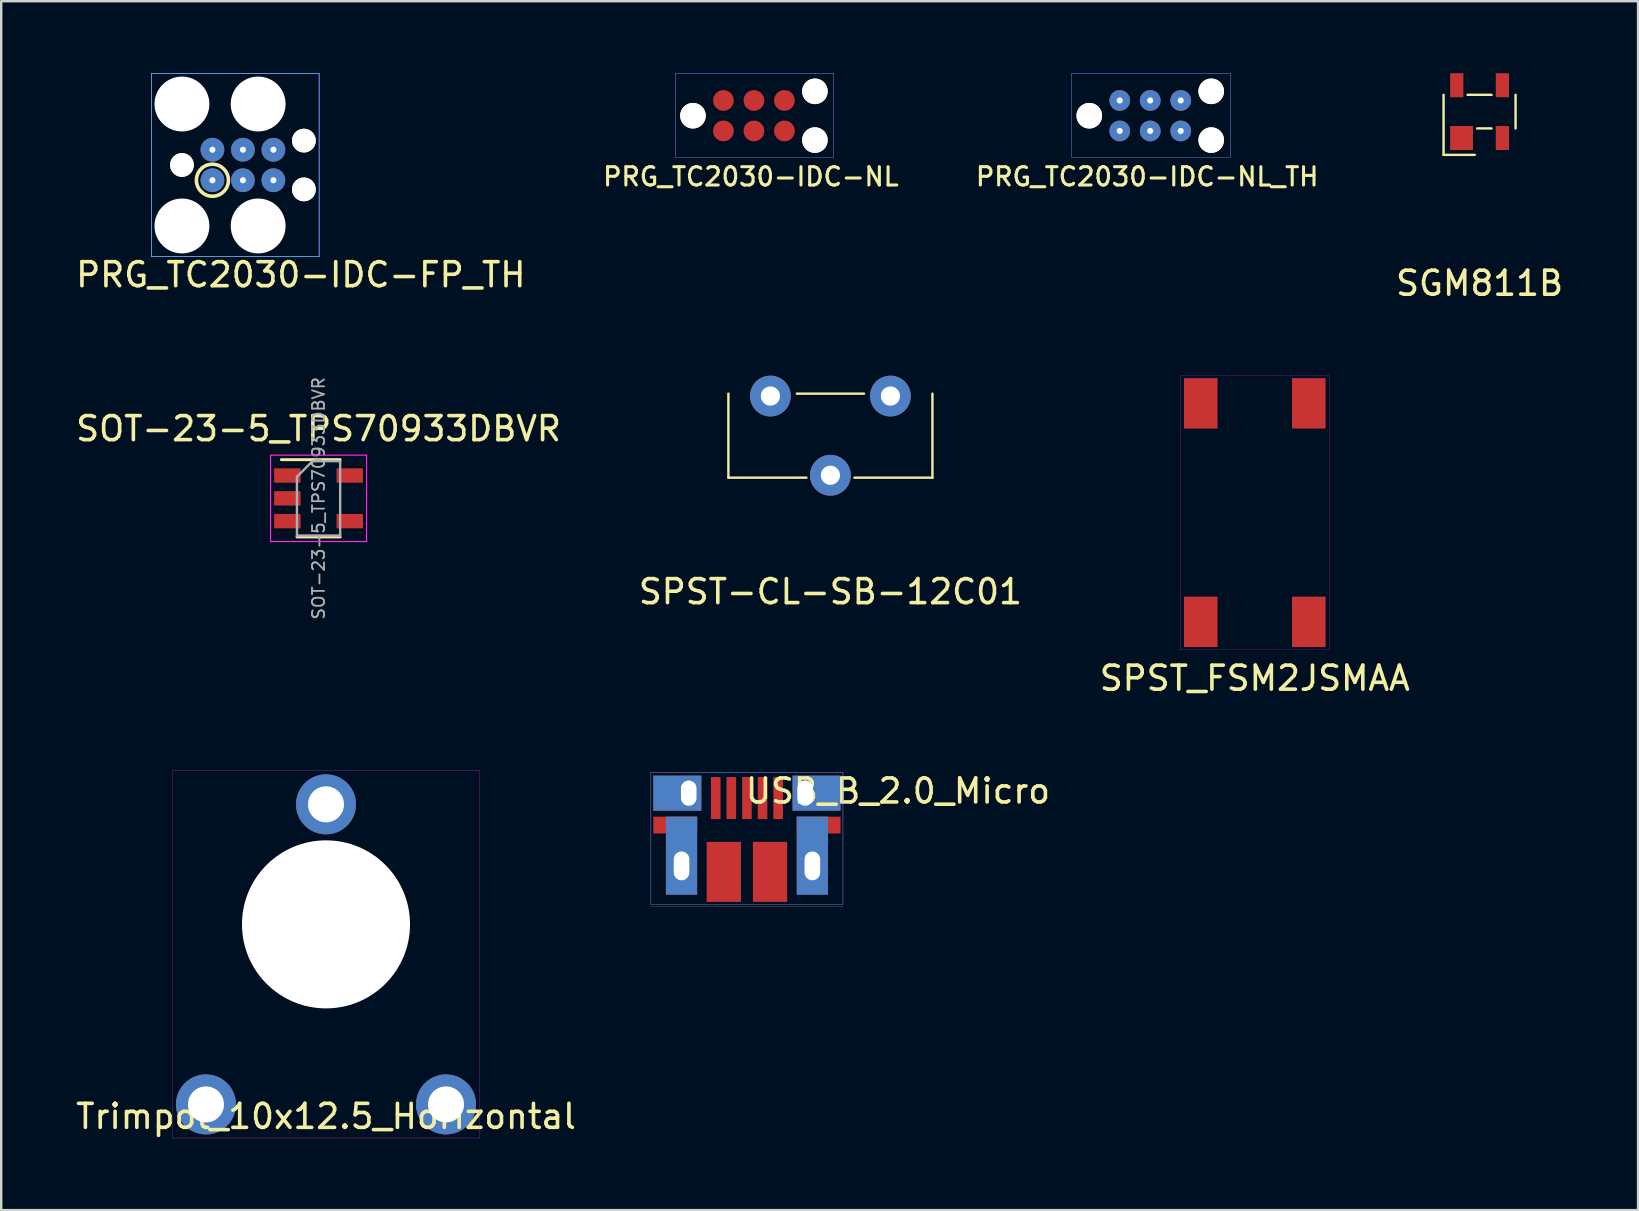
<source format=kicad_pcb>
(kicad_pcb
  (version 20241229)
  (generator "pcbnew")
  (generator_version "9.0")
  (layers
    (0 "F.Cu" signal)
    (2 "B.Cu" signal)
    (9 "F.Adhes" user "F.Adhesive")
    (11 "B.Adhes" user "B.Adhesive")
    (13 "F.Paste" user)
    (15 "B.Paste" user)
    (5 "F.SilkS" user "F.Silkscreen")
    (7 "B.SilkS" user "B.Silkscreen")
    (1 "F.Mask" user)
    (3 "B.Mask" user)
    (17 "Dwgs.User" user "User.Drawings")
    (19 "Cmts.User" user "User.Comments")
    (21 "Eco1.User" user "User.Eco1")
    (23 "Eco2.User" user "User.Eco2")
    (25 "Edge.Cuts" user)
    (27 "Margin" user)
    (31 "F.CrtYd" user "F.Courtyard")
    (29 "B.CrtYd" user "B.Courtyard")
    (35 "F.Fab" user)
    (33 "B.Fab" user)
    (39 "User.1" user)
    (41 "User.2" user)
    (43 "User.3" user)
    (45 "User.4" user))
  (footprint "SPST_FSM2JSMAA"
    (layer "F.Cu")
    (at 49.22 18.303)
    (property "Reference" "SPST_FSM2JSMAA" (at 0 6.9 0) (layer "F.SilkS") (effects (font (size 1 1) (thickness 0.15))))
    (attr through_hole)
    (fp_line (start -3.1 -5.7) (end 3.1 -5.7) (stroke (width 0.01) (type solid)) (layer "F.CrtYd"))
    (fp_line (start -3.1 5.7) (end -3.1 -5.7) (stroke (width 0.01) (type solid)) (layer "F.CrtYd"))
    (fp_line (start 3.1 -5.7) (end 3.1 5.7) (stroke (width 0.01) (type solid)) (layer "F.CrtYd"))
    (fp_line (start 3.1 5.7) (end -3.1 5.7) (stroke (width 0.01) (type solid)) (layer "F.CrtYd"))
    (pad "1" smd rect (at 2.25 -4.55) (size 1.4 2.1) (layers "F.Cu" "F.Mask" "F.Paste"))
    (pad "2" smd rect (at 2.25 4.55) (size 1.4 2.1) (layers "F.Cu" "F.Mask" "F.Paste"))
    (pad "3" smd rect (at -2.25 -4.55) (size 1.4 2.1) (layers "F.Cu" "F.Mask" "F.Paste"))
    (pad "4" smd rect (at -2.25 4.55) (size 1.4 2.1) (layers "F.Cu" "F.Mask" "F.Paste")))
  (footprint "PRG_TC2030-IDC-FP_TH"
    (layer "F.Cu")
    (at 5.799 4.458)
    (property "Reference" "PRG_TC2030-IDC-FP_TH" (at 3.683 3.937 0) (layer "F.SilkS") (effects (font (size 1 1) (thickness 0.15))))
    (attr through_hole)
    (fp_circle (center 0 0) (end -0.635 0.203) (stroke (width 0.15) (type solid)) (fill no) (layer "F.SilkS"))
    (fp_line (start -2.54 -4.445) (end 4.445 -4.445) (stroke (width 0.025) (type solid)) (layer "B.CrtYd"))
    (fp_line (start -2.54 3.175) (end -2.54 -4.445) (stroke (width 0.025) (type solid)) (layer "B.CrtYd"))
    (fp_line (start 4.445 -4.445) (end 4.445 3.175) (stroke (width 0.025) (type solid)) (layer "B.CrtYd"))
    (fp_line (start 4.445 3.175) (end -2.54 3.175) (stroke (width 0.025) (type solid)) (layer "B.CrtYd"))
    (fp_line (start -2.54 -4.445) (end 4.445 -4.445) (stroke (width 0.025) (type solid)) (layer "F.CrtYd"))
    (fp_line (start -2.54 3.175) (end -2.54 -4.445) (stroke (width 0.025) (type solid)) (layer "F.CrtYd"))
    (fp_line (start 4.445 -4.445) (end 4.445 3.175) (stroke (width 0.025) (type solid)) (layer "F.CrtYd"))
    (fp_line (start 4.445 3.175) (end -2.54 3.175) (stroke (width 0.025) (type solid)) (layer "F.CrtYd"))
    (pad "" np_thru_hole circle (at -1.27 -3.175) (size 2.286 2.286) (drill 2.286) (layers "*.Cu" "*.Mask"))
    (pad "" np_thru_hole circle (at -1.27 -0.635) (size 0.991 0.991) (drill 0.991) (layers "*.Cu" "*.Mask" "F.SilkS"))
    (pad "" np_thru_hole circle (at -1.27 1.905) (size 2.286 2.286) (drill 2.286) (layers "*.Cu" "*.Mask"))
    (pad "" np_thru_hole circle (at 1.905 -3.175) (size 2.286 2.286) (drill 2.286) (layers "*.Cu" "*.Mask"))
    (pad "" np_thru_hole circle (at 1.905 1.905) (size 2.286 2.286) (drill 2.286) (layers "*.Cu" "*.Mask"))
    (pad "" np_thru_hole circle (at 3.81 -1.651) (size 0.991 0.991) (drill 0.991) (layers "*.Cu" "*.Mask" "F.SilkS"))
    (pad "" np_thru_hole circle (at 3.81 0.381) (size 0.991 0.991) (drill 0.991) (layers "*.Cu" "*.Mask" "F.SilkS"))
    (pad "1" thru_hole circle (at 0 0) (size 0.991 0.991) (drill 0.254) (layers "*.Cu" "*.Mask"))
    (pad "2" thru_hole circle (at 0 -1.27) (size 0.991 0.991) (drill 0.254) (layers "*.Cu" "*.Mask"))
    (pad "3" thru_hole circle (at 1.27 0) (size 0.991 0.991) (drill 0.254) (layers "*.Cu" "*.Mask"))
    (pad "4" thru_hole circle (at 1.27 -1.27) (size 0.991 0.991) (drill 0.254) (layers "*.Cu" "*.Mask"))
    (pad "5" thru_hole circle (at 2.54 0) (size 0.991 0.991) (drill 0.254) (layers "*.Cu" "*.Mask"))
    (pad "6" thru_hole circle (at 2.54 -1.27) (size 0.991 0.991) (drill 0.254) (layers "*.Cu" "*.Mask")))
  (footprint "Trimpot_10x12.5_Horizontal"
    (layer "F.Cu")
    (at 10.53 35.456)
    (property "Reference" "Trimpot_10x12.5_Horizontal" (at 0 8 0) (layer "F.SilkS") (effects (font (size 1 1) (thickness 0.15))))
    (attr through_hole)
    (fp_line (start -6.4 -6.4) (end 6.4 -6.4) (stroke (width 0.01) (type solid)) (layer "F.CrtYd"))
    (fp_line (start -6.4 8.9) (end -6.4 -6.4) (stroke (width 0.01) (type solid)) (layer "F.CrtYd"))
    (fp_line (start 6.4 -6.4) (end 6.4 8.9) (stroke (width 0.01) (type solid)) (layer "F.CrtYd"))
    (fp_line (start 6.4 8.9) (end -6.4 8.9) (stroke (width 0.01) (type solid)) (layer "F.CrtYd"))
    (pad "" np_thru_hole circle (at 0 0) (size 7 7) (drill 7) (layers "*.Cu" "*.Mask"))
    (pad "1" thru_hole circle (at -5 7.5) (size 2.5 2.5) (drill 1.5) (layers "*.Cu" "*.Mask"))
    (pad "2" thru_hole circle (at 0 -5) (size 2.5 2.5) (drill 1.5) (layers "*.Cu" "*.Mask"))
    (pad "3" thru_hole circle (at 5 7.5) (size 2.5 2.5) (drill 1.5) (layers "*.Cu" "*.Mask")))
  (footprint "PRG_TC2030-IDC-NL"
    (layer "F.Cu")
    (at 27.086 2.405)
    (property "Reference" "PRG_TC2030-IDC-NL" (at 1.143 1.905 0) (layer "F.SilkS") (effects (font (size 0.762 0.762) (thickness 0.127))))
    (attr through_hole)
    (fp_line (start -2 -2.4) (end 4.6 -2.4) (stroke (width 0.01) (type solid)) (layer "B.CrtYd"))
    (fp_line (start -2 1.1) (end -2 -2.4) (stroke (width 0.01) (type solid)) (layer "B.CrtYd"))
    (fp_line (start 4.6 -2.4) (end 4.6 1.1) (stroke (width 0.01) (type solid)) (layer "B.CrtYd"))
    (fp_line (start 4.6 1.1) (end -2 1.1) (stroke (width 0.01) (type solid)) (layer "B.CrtYd"))
    (fp_line (start -2 -2.4) (end 4.6 -2.4) (stroke (width 0.01) (type solid)) (layer "F.CrtYd"))
    (fp_line (start -2 1.1) (end -2 -2.4) (stroke (width 0.01) (type solid)) (layer "F.CrtYd"))
    (fp_line (start 4.6 -2.4) (end 4.6 1.1) (stroke (width 0.01) (type solid)) (layer "F.CrtYd"))
    (fp_line (start 4.6 1.1) (end -2 1.1) (stroke (width 0.01) (type solid)) (layer "F.CrtYd"))
    (pad "" np_thru_hole circle (at -1.27 -0.635) (size 1.067 1.067) (drill 1.067) (layers "*.Cu" "F.Mask" "F.SilkS"))
    (pad "" np_thru_hole circle (at 3.81 -1.651) (size 1.067 1.067) (drill 1.067) (layers "*.Cu" "F.Mask" "F.SilkS"))
    (pad "" np_thru_hole circle (at 3.81 0.381) (size 1.067 1.067) (drill 1.067) (layers "*.Cu" "F.Mask" "F.SilkS"))
    (pad "1" smd circle (at 0 0) (size 0.864 0.864) (layers "F.Cu" "F.Mask" "F.Paste"))
    (pad "2" smd circle (at 0 -1.27) (size 0.864 0.864) (layers "F.Cu" "F.Mask" "F.Paste"))
    (pad "3" smd circle (at 1.27 0) (size 0.864 0.864) (layers "F.Cu" "F.Mask" "F.Paste"))
    (pad "4" smd circle (at 1.27 -1.27) (size 0.864 0.864) (layers "F.Cu" "F.Mask" "F.Paste"))
    (pad "5" smd circle (at 2.54 0) (size 0.864 0.864) (layers "F.Cu" "F.Mask" "F.Paste"))
    (pad "6" smd circle (at 2.54 -1.27) (size 0.864 0.864) (layers "F.Cu" "F.Mask" "F.Paste")))
  (footprint "SOT-23-5_TPS70933DBVR"
    (layer "F.Cu")
    (at 10.22 17.708)
    (property "Reference" "SOT-23-5_TPS70933DBVR" (at 0 -2.9 0) (layer "F.SilkS") (effects (font (size 1 1) (thickness 0.15))))
    (attr smd)
    (fp_line (start -0.9 1.61) (end 0.9 1.61) (stroke (width 0.12) (type solid)) (layer "F.SilkS"))
    (fp_line (start 0.9 -1.61) (end -1.55 -1.61) (stroke (width 0.12) (type solid)) (layer "F.SilkS"))
    (fp_line (start -2 -1.8) (end 2 -1.8) (stroke (width 0.05) (type solid)) (layer "F.CrtYd"))
    (fp_line (start -2 1.8) (end -2 -1.8) (stroke (width 0.05) (type solid)) (layer "F.CrtYd"))
    (fp_line (start 2 -1.8) (end 2 1.8) (stroke (width 0.05) (type solid)) (layer "F.CrtYd"))
    (fp_line (start 2 1.8) (end -2 1.8) (stroke (width 0.05) (type solid)) (layer "F.CrtYd"))
    (fp_line (start -0.9 -0.9) (end -0.9 1.55) (stroke (width 0.1) (type solid)) (layer "F.Fab"))
    (fp_line (start -0.9 -0.9) (end -0.25 -1.55) (stroke (width 0.1) (type solid)) (layer "F.Fab"))
    (fp_line (start 0.9 -1.55) (end -0.25 -1.55) (stroke (width 0.1) (type solid)) (layer "F.Fab"))
    (fp_line (start 0.9 -1.55) (end 0.9 1.55) (stroke (width 0.1) (type solid)) (layer "F.Fab"))
    (fp_line (start 0.9 1.55) (end -0.9 1.55) (stroke (width 0.1) (type solid)) (layer "F.Fab"))
    (fp_text user "${REFERENCE}" (at 0 0 90) (layer "F.Fab") (effects (font (size 0.5 0.5) (thickness 0.075))))
    (pad "1" smd rect (at -1.3 -0.95) (size 1.1 0.6) (layers "F.Cu" "F.Mask" "F.Paste"))
    (pad "2" smd rect (at -1.3 0) (size 1.1 0.6) (layers "F.Cu" "F.Mask" "F.Paste"))
    (pad "3" smd rect (at -1.3 0.95) (size 1.1 0.6) (layers "F.Cu" "F.Mask" "F.Paste"))
    (pad "4" smd rect (at 1.3 0.95) (size 1.1 0.6) (layers "F.Cu" "F.Mask" "F.Paste"))
    (pad "5" smd rect (at 1.3 -0.95) (size 1.1 0.6) (layers "F.Cu" "F.Mask" "F.Paste")))
  (footprint "USB_B_2.0_Micro"
    (layer "F.Cu")
    (at 28.065 33.02)
    (property "Reference" "USB_B_2.0_Micro" (at 6.29 -3.12 0) (layer "F.SilkS") (effects (font (size 1 1) (thickness 0.15))))
    (attr through_hole)
    (fp_line (start -4 1.7) (end 4 1.7) (stroke (width 0.01) (type solid)) (layer "Dwgs.User"))
    (fp_line (start -4 -3.9) (end 4 -3.9) (stroke (width 0.01) (type solid)) (layer "B.CrtYd"))
    (fp_line (start -4 1.6) (end -4 -3.9) (stroke (width 0.01) (type solid)) (layer "B.CrtYd"))
    (fp_line (start 4 -3.9) (end 4 1.6) (stroke (width 0.01) (type solid)) (layer "B.CrtYd"))
    (fp_line (start 4 1.6) (end -4 1.6) (stroke (width 0.01) (type solid)) (layer "B.CrtYd"))
    (fp_line (start -4 -3.9) (end 4 -3.9) (stroke (width 0.01) (type solid)) (layer "F.CrtYd"))
    (fp_line (start -4 1.6) (end -4 -3.9) (stroke (width 0.01) (type solid)) (layer "F.CrtYd"))
    (fp_line (start 4 -3.9) (end 4 1.6) (stroke (width 0.01) (type solid)) (layer "F.CrtYd"))
    (fp_line (start 4 1.6) (end -4 1.6) (stroke (width 0.01) (type solid)) (layer "F.CrtYd"))
    (pad "1" smd rect (at -1.3 -2.825) (size 0.4 1.75) (layers "F.Cu" "F.Mask" "F.Paste"))
    (pad "2" smd rect (at -0.65 -2.825) (size 0.4 1.75) (layers "F.Cu" "F.Mask" "F.Paste"))
    (pad "3" smd rect (at 0 -2.825) (size 0.4 1.75) (layers "F.Cu" "F.Mask" "F.Paste"))
    (pad "4" smd rect (at 0.65 -2.825) (size 0.4 1.75) (layers "F.Cu" "F.Mask" "F.Paste"))
    (pad "5" smd rect (at -0.963 0.25) (size 1.425 2.5) (layers "F.Cu" "F.Mask" "F.Paste"))
    (pad "5" smd rect (at 0.963 0.25) (size 1.425 2.5) (layers "F.Cu" "F.Mask" "F.Paste"))
    (pad "5" smd rect (at 1.3 -2.825) (size 0.4 1.75) (layers "F.Cu" "F.Mask" "F.Paste"))
    (pad "6" smd rect (at -2.987 -1.7) (size 1.825 0.7) (layers "F.Cu" "F.Mask"))
    (pad "6" thru_hole rect (at -2.725 0) (size 1.3 3.25) (drill oval 0.65 1.2 (offset 0 -0.425)) (layers "*.Cu" "*.Mask"))
    (pad "6" thru_hole rect (at -2.425 -3.03) (size 2 1.46) (drill oval 0.65 1.05 (offset -0.475 0)) (layers "*.Cu" "*.Mask"))
    (pad "6" thru_hole rect (at 2.425 -3.03 180) (size 2 1.46) (drill oval 0.65 1.05 (offset -0.475 0)) (layers "*.Cu" "*.Mask"))
    (pad "6" thru_hole rect (at 2.725 0) (size 1.3 3.25) (drill oval 0.65 1.2 (offset 0 -0.425)) (layers "*.Cu" "*.Mask"))
    (pad "6" smd rect (at 2.987 -1.7) (size 1.825 0.7) (layers "F.Cu" "F.Mask")))
  (footprint "SPST-CL-SB-12C01"
    (layer "F.Cu")
    (at 31.542 15.098)
    (property "Reference" "SPST-CL-SB-12C01" (at 0 6.5 0) (layer "F.SilkS") (effects (font (size 1 1) (thickness 0.15))))
    (attr through_hole)
    (fp_line (start -4.25 -1.75) (end -4.25 1.75) (stroke (width 0.1) (type solid)) (layer "F.SilkS"))
    (fp_line (start -4.25 1.75) (end -1 1.75) (stroke (width 0.1) (type solid)) (layer "F.SilkS"))
    (fp_line (start 1.4 -1.75) (end -1.4 -1.75) (stroke (width 0.1) (type solid)) (layer "F.SilkS"))
    (fp_line (start 4.25 1.75) (end 1 1.75) (stroke (width 0.1) (type solid)) (layer "F.SilkS"))
    (fp_line (start 4.25 1.75) (end 4.25 -1.75) (stroke (width 0.1) (type solid)) (layer "F.SilkS"))
    (pad "1" thru_hole circle (at -2.5 -1.65) (size 1.7 1.7) (drill 0.8) (layers "*.Cu" "*.Mask"))
    (pad "2" thru_hole circle (at 0 1.65) (size 1.7 1.7) (drill 0.8) (layers "*.Cu" "*.Mask"))
    (pad "3" thru_hole circle (at 2.5 -1.65) (size 1.7 1.7) (drill 0.8) (layers "*.Cu" "*.Mask")))
  (footprint "SGM811B"
    (layer "F.Cu")
    (at 58.584 1.6)
    (property "Reference" "SGM811B" (at 0 7.15 0) (layer "F.SilkS") (effects (font (size 1 1) (thickness 0.15))))
    (attr through_hole)
    (fp_line (start -1.5 1.8) (end -1.5 -0.7) (stroke (width 0.1) (type solid)) (layer "F.SilkS"))
    (fp_line (start -1.5 1.8) (end -0.2 1.8) (stroke (width 0.1) (type solid)) (layer "F.SilkS"))
    (fp_line (start -0.5 -0.7) (end 0.5 -0.7) (stroke (width 0.1) (type solid)) (layer "F.SilkS"))
    (fp_line (start 0.5 0.7) (end -0.1 0.7) (stroke (width 0.1) (type solid)) (layer "F.SilkS"))
    (fp_line (start 1.5 -0.7) (end 1.5 0.7) (stroke (width 0.1) (type solid)) (layer "F.SilkS"))
    (pad "1" smd rect (at -0.75 1.1) (size 0.95 1) (layers "F.Cu" "F.Mask" "F.Paste"))
    (pad "2" smd rect (at 0.95 1.1) (size 0.55 1) (layers "F.Cu" "F.Mask" "F.Paste"))
    (pad "3" smd rect (at 0.95 -1.1) (size 0.55 1) (layers "F.Cu" "F.Mask" "F.Paste"))
    (pad "4" smd rect (at -0.95 -1.1) (size 0.55 1) (layers "F.Cu" "F.Mask" "F.Paste")))
  (footprint "PRG_TC2030-IDC-NL_TH"
    (layer "F.Cu")
    (at 43.595 2.405)
    (property "Reference" "PRG_TC2030-IDC-NL_TH" (at 1.143 1.905 0) (layer "F.SilkS") (effects (font (size 0.762 0.762) (thickness 0.127))))
    (attr through_hole)
    (fp_line (start -2 -2.4) (end 4.6 -2.4) (stroke (width 0.01) (type solid)) (layer "B.CrtYd"))
    (fp_line (start -2 1.1) (end -2 -2.4) (stroke (width 0.01) (type solid)) (layer "B.CrtYd"))
    (fp_line (start 4.6 -2.4) (end 4.6 1.1) (stroke (width 0.01) (type solid)) (layer "B.CrtYd"))
    (fp_line (start 4.6 1.1) (end -2 1.1) (stroke (width 0.01) (type solid)) (layer "B.CrtYd"))
    (fp_line (start -2 -2.4) (end 4.6 -2.4) (stroke (width 0.01) (type solid)) (layer "F.CrtYd"))
    (fp_line (start -2 1.1) (end -2 -2.4) (stroke (width 0.01) (type solid)) (layer "F.CrtYd"))
    (fp_line (start 4.6 -2.4) (end 4.6 1.1) (stroke (width 0.01) (type solid)) (layer "F.CrtYd"))
    (fp_line (start 4.6 1.1) (end -2 1.1) (stroke (width 0.01) (type solid)) (layer "F.CrtYd"))
    (pad "" np_thru_hole circle (at -1.27 -0.635) (size 1.067 1.067) (drill 1.067) (layers "*.Cu" "F.Mask" "F.SilkS"))
    (pad "" np_thru_hole circle (at 3.81 -1.651) (size 1.067 1.067) (drill 1.067) (layers "*.Cu" "F.Mask" "F.SilkS"))
    (pad "" np_thru_hole circle (at 3.81 0.381) (size 1.067 1.067) (drill 1.067) (layers "*.Cu" "F.Mask" "F.SilkS"))
    (pad "1" thru_hole circle (at 0 0) (size 0.864 0.864) (drill 0.254) (layers "*.Cu" "*.Mask"))
    (pad "2" thru_hole circle (at 0 -1.27) (size 0.864 0.864) (drill 0.254) (layers "*.Cu" "*.Mask"))
    (pad "3" thru_hole circle (at 1.27 0) (size 0.864 0.864) (drill 0.254) (layers "*.Cu" "*.Mask"))
    (pad "4" thru_hole circle (at 1.27 -1.27) (size 0.864 0.864) (drill 0.254) (layers "*.Cu" "*.Mask"))
    (pad "5" thru_hole circle (at 2.54 0) (size 0.864 0.864) (drill 0.254) (layers "*.Cu" "*.Mask"))
    (pad "6" thru_hole circle (at 2.54 -1.27) (size 0.864 0.864) (drill 0.254) (layers "*.Cu" "*.Mask")))
  (gr_rect
    (start -3 -3)
    (end 65.185 47.361)
    (stroke (width 0.1) (type default))
    (fill no)
    (layer "Edge.Cuts")))
</source>
